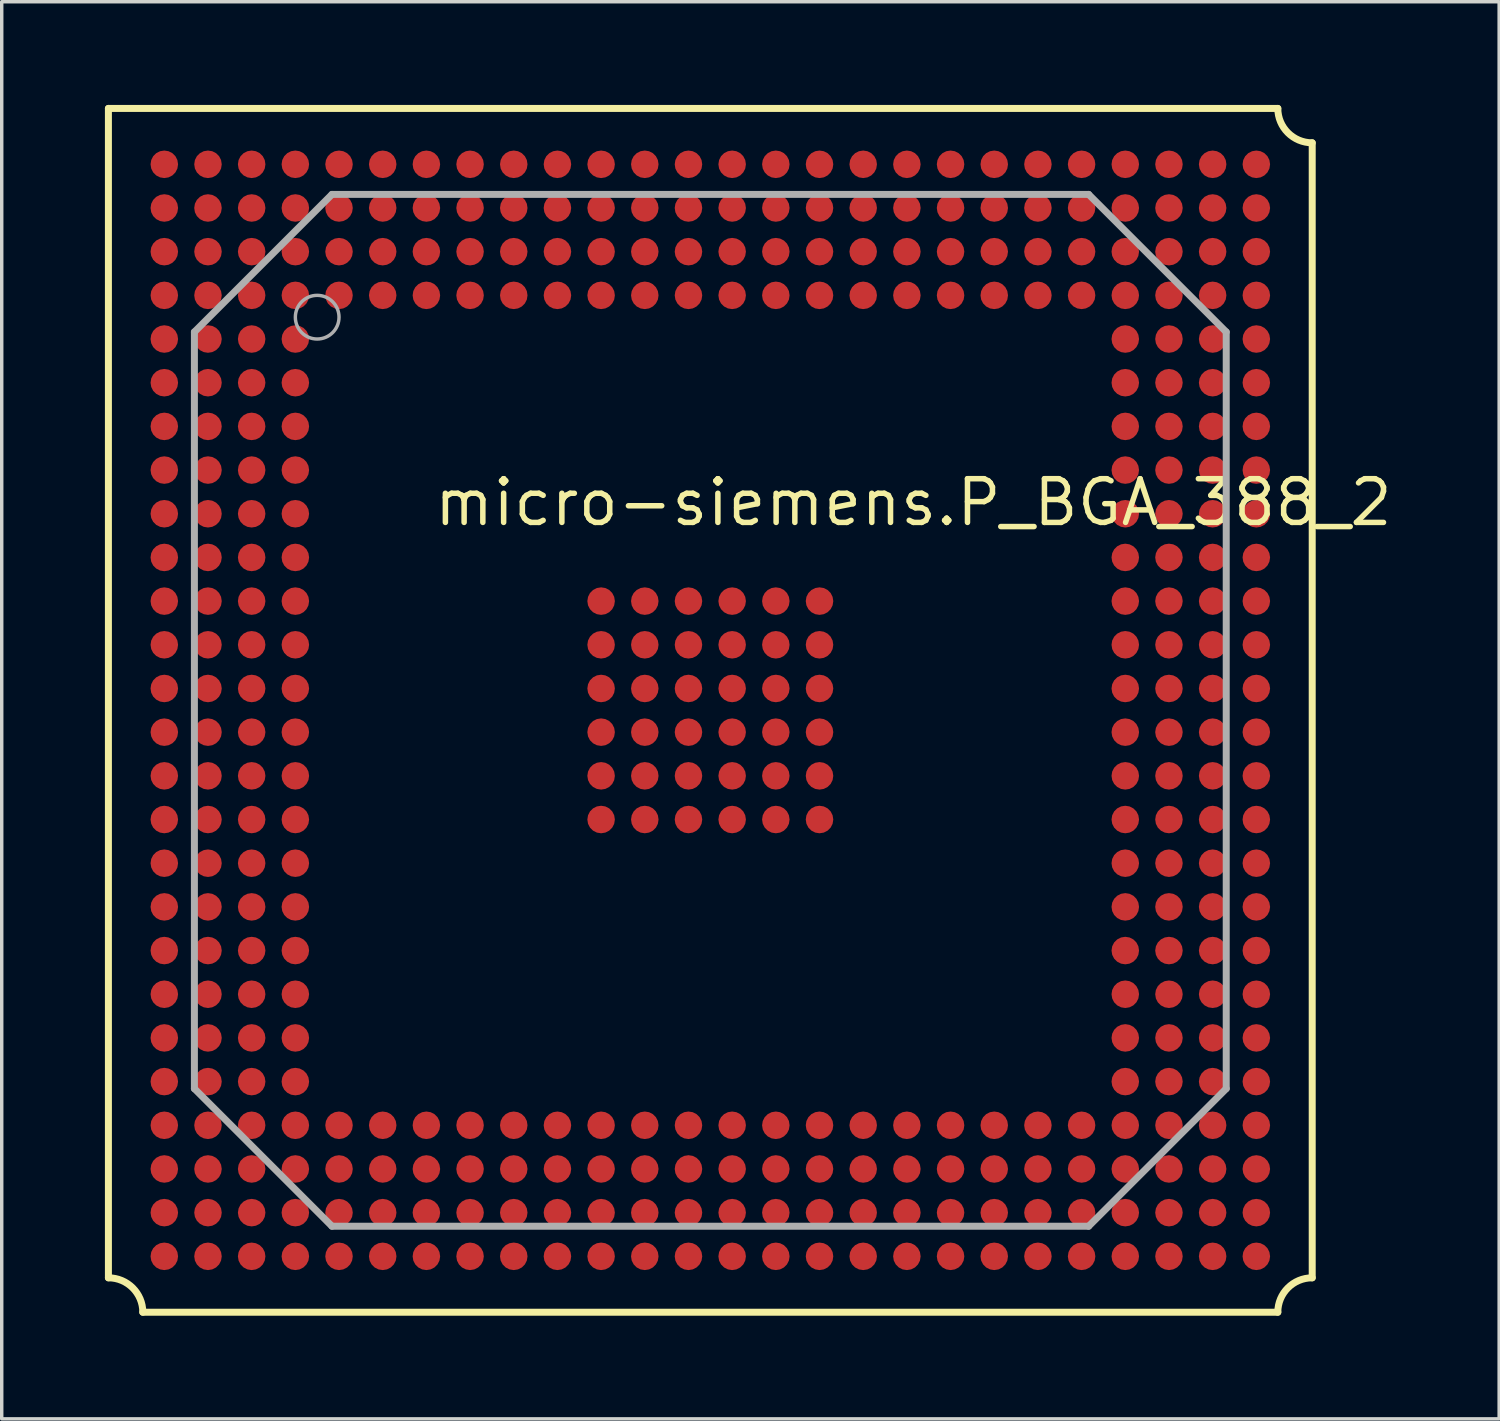
<source format=kicad_pcb>
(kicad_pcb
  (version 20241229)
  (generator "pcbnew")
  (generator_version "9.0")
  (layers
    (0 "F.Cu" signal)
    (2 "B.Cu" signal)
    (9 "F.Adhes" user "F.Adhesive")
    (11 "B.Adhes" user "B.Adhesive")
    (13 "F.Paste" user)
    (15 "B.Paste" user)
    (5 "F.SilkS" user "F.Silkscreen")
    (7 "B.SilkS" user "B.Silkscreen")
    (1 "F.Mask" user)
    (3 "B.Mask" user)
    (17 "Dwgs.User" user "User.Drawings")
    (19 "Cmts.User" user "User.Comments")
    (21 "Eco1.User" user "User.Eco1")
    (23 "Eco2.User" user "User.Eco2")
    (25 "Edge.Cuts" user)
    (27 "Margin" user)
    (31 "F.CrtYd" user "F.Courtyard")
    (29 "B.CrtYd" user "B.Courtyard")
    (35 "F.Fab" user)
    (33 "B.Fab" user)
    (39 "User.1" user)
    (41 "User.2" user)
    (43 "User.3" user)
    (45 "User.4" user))
  (footprint "micro-siemens.P_BGA_388_2"
    (layer "F.Cu")
    (at 17.602 17.602)
    (property "Reference" "micro-siemens.P_BGA_388_2" (at -8.11 -5.3 0) (layer "F.SilkS") (effects (font (size 1.27 1.27) (thickness 0.16)) (justify left bottom)))
    (attr smd)
    (fp_line (start -17.5 -17.5) (end 16.5 -17.5) (stroke (width 0.203) (type default)) (layer "F.SilkS"))
    (fp_line (start -17.5 16.5) (end -17.5 -17.5) (stroke (width 0.203) (type default)) (layer "F.SilkS"))
    (fp_line (start 16.5 17.5) (end -16.5 17.5) (stroke (width 0.203) (type default)) (layer "F.SilkS"))
    (fp_line (start 17.5 -16.5) (end 17.5 16.5) (stroke (width 0.203) (type default)) (layer "F.SilkS"))
    (fp_arc (start -17.5 16.5) (mid -16.792893 16.792893) (end -16.5 17.5) (stroke (width 0.2032) (type default)) (layer "F.SilkS"))
    (fp_arc (start 16.5 17.5) (mid 16.792893 16.792893) (end 17.5 16.5) (stroke (width 0.2032) (type default)) (layer "F.SilkS"))
    (fp_arc (start 17.5 -16.5) (mid 16.792893 -16.792893) (end 16.5 -17.5) (stroke (width 0.2032) (type default)) (layer "F.SilkS"))
    (fp_line (start -15 -11) (end -11 -15) (stroke (width 0.203) (type default)) (layer "F.Fab"))
    (fp_line (start -15 11) (end -15 -11) (stroke (width 0.203) (type default)) (layer "F.Fab"))
    (fp_line (start -11 -15) (end 11 -15) (stroke (width 0.203) (type default)) (layer "F.Fab"))
    (fp_line (start -11 15) (end -15 11) (stroke (width 0.203) (type default)) (layer "F.Fab"))
    (fp_line (start 11 -15) (end 15 -11) (stroke (width 0.203) (type default)) (layer "F.Fab"))
    (fp_line (start 11 15) (end -11 15) (stroke (width 0.203) (type default)) (layer "F.Fab"))
    (fp_line (start 15 -11) (end 15 11) (stroke (width 0.203) (type default)) (layer "F.Fab"))
    (fp_line (start 15 11) (end 11 15) (stroke (width 0.203) (type default)) (layer "F.Fab"))
    (fp_circle (center -11.43 -11.43) (end -10.795 -11.43) (stroke (width 0.1) (type default)) (fill no) (layer "F.Fab"))
    (pad "A1" smd roundrect (at -15.875 -15.875) (size 0.8 0.8) (layers "F.Cu" "F.Mask" "F.Paste") (roundrect_rratio 0.5))
    (pad "A2" smd roundrect (at -14.605 -15.875) (size 0.8 0.8) (layers "F.Cu" "F.Mask" "F.Paste") (roundrect_rratio 0.5))
    (pad "A3" smd roundrect (at -13.335 -15.875) (size 0.8 0.8) (layers "F.Cu" "F.Mask" "F.Paste") (roundrect_rratio 0.5))
    (pad "A4" smd roundrect (at -12.065 -15.875) (size 0.8 0.8) (layers "F.Cu" "F.Mask" "F.Paste") (roundrect_rratio 0.5))
    (pad "A5" smd roundrect (at -10.795 -15.875) (size 0.8 0.8) (layers "F.Cu" "F.Mask" "F.Paste") (roundrect_rratio 0.5))
    (pad "A6" smd roundrect (at -9.525 -15.875) (size 0.8 0.8) (layers "F.Cu" "F.Mask" "F.Paste") (roundrect_rratio 0.5))
    (pad "A7" smd roundrect (at -8.255 -15.875) (size 0.8 0.8) (layers "F.Cu" "F.Mask" "F.Paste") (roundrect_rratio 0.5))
    (pad "A8" smd roundrect (at -6.985 -15.875) (size 0.8 0.8) (layers "F.Cu" "F.Mask" "F.Paste") (roundrect_rratio 0.5))
    (pad "A9" smd roundrect (at -5.715 -15.875) (size 0.8 0.8) (layers "F.Cu" "F.Mask" "F.Paste") (roundrect_rratio 0.5))
    (pad "A10" smd roundrect (at -4.445 -15.875) (size 0.8 0.8) (layers "F.Cu" "F.Mask" "F.Paste") (roundrect_rratio 0.5))
    (pad "A11" smd roundrect (at -3.175 -15.875) (size 0.8 0.8) (layers "F.Cu" "F.Mask" "F.Paste") (roundrect_rratio 0.5))
    (pad "A12" smd roundrect (at -1.905 -15.875) (size 0.8 0.8) (layers "F.Cu" "F.Mask" "F.Paste") (roundrect_rratio 0.5))
    (pad "A13" smd roundrect (at -0.635 -15.875) (size 0.8 0.8) (layers "F.Cu" "F.Mask" "F.Paste") (roundrect_rratio 0.5))
    (pad "A14" smd roundrect (at 0.635 -15.875) (size 0.8 0.8) (layers "F.Cu" "F.Mask" "F.Paste") (roundrect_rratio 0.5))
    (pad "A15" smd roundrect (at 1.905 -15.875) (size 0.8 0.8) (layers "F.Cu" "F.Mask" "F.Paste") (roundrect_rratio 0.5))
    (pad "A16" smd roundrect (at 3.175 -15.875) (size 0.8 0.8) (layers "F.Cu" "F.Mask" "F.Paste") (roundrect_rratio 0.5))
    (pad "A17" smd roundrect (at 4.445 -15.875) (size 0.8 0.8) (layers "F.Cu" "F.Mask" "F.Paste") (roundrect_rratio 0.5))
    (pad "A18" smd roundrect (at 5.715 -15.875) (size 0.8 0.8) (layers "F.Cu" "F.Mask" "F.Paste") (roundrect_rratio 0.5))
    (pad "A19" smd roundrect (at 6.985 -15.875) (size 0.8 0.8) (layers "F.Cu" "F.Mask" "F.Paste") (roundrect_rratio 0.5))
    (pad "A20" smd roundrect (at 8.255 -15.875) (size 0.8 0.8) (layers "F.Cu" "F.Mask" "F.Paste") (roundrect_rratio 0.5))
    (pad "A21" smd roundrect (at 9.525 -15.875) (size 0.8 0.8) (layers "F.Cu" "F.Mask" "F.Paste") (roundrect_rratio 0.5))
    (pad "A22" smd roundrect (at 10.795 -15.875) (size 0.8 0.8) (layers "F.Cu" "F.Mask" "F.Paste") (roundrect_rratio 0.5))
    (pad "A23" smd roundrect (at 12.065 -15.875) (size 0.8 0.8) (layers "F.Cu" "F.Mask" "F.Paste") (roundrect_rratio 0.5))
    (pad "A24" smd roundrect (at 13.335 -15.875) (size 0.8 0.8) (layers "F.Cu" "F.Mask" "F.Paste") (roundrect_rratio 0.5))
    (pad "A25" smd roundrect (at 14.605 -15.875) (size 0.8 0.8) (layers "F.Cu" "F.Mask" "F.Paste") (roundrect_rratio 0.5))
    (pad "A26" smd roundrect (at 15.875 -15.875) (size 0.8 0.8) (layers "F.Cu" "F.Mask" "F.Paste") (roundrect_rratio 0.5))
    (pad "AA1" smd roundrect (at -15.875 9.525) (size 0.8 0.8) (layers "F.Cu" "F.Mask" "F.Paste") (roundrect_rratio 0.5))
    (pad "AA2" smd roundrect (at -14.605 9.525) (size 0.8 0.8) (layers "F.Cu" "F.Mask" "F.Paste") (roundrect_rratio 0.5))
    (pad "AA3" smd roundrect (at -13.335 9.525) (size 0.8 0.8) (layers "F.Cu" "F.Mask" "F.Paste") (roundrect_rratio 0.5))
    (pad "AA4" smd roundrect (at -12.065 9.525) (size 0.8 0.8) (layers "F.Cu" "F.Mask" "F.Paste") (roundrect_rratio 0.5))
    (pad "AA23" smd roundrect (at 12.065 9.525) (size 0.8 0.8) (layers "F.Cu" "F.Mask" "F.Paste") (roundrect_rratio 0.5))
    (pad "AA24" smd roundrect (at 13.335 9.525) (size 0.8 0.8) (layers "F.Cu" "F.Mask" "F.Paste") (roundrect_rratio 0.5))
    (pad "AA25" smd roundrect (at 14.605 9.525) (size 0.8 0.8) (layers "F.Cu" "F.Mask" "F.Paste") (roundrect_rratio 0.5))
    (pad "AA26" smd roundrect (at 15.875 9.525) (size 0.8 0.8) (layers "F.Cu" "F.Mask" "F.Paste") (roundrect_rratio 0.5))
    (pad "AB1" smd roundrect (at -15.875 10.795) (size 0.8 0.8) (layers "F.Cu" "F.Mask" "F.Paste") (roundrect_rratio 0.5))
    (pad "AB2" smd roundrect (at -14.605 10.795) (size 0.8 0.8) (layers "F.Cu" "F.Mask" "F.Paste") (roundrect_rratio 0.5))
    (pad "AB3" smd roundrect (at -13.335 10.795) (size 0.8 0.8) (layers "F.Cu" "F.Mask" "F.Paste") (roundrect_rratio 0.5))
    (pad "AB4" smd roundrect (at -12.065 10.795) (size 0.8 0.8) (layers "F.Cu" "F.Mask" "F.Paste") (roundrect_rratio 0.5))
    (pad "AB23" smd roundrect (at 12.065 10.795) (size 0.8 0.8) (layers "F.Cu" "F.Mask" "F.Paste") (roundrect_rratio 0.5))
    (pad "AB24" smd roundrect (at 13.335 10.795) (size 0.8 0.8) (layers "F.Cu" "F.Mask" "F.Paste") (roundrect_rratio 0.5))
    (pad "AB25" smd roundrect (at 14.605 10.795) (size 0.8 0.8) (layers "F.Cu" "F.Mask" "F.Paste") (roundrect_rratio 0.5))
    (pad "AB26" smd roundrect (at 15.875 10.795) (size 0.8 0.8) (layers "F.Cu" "F.Mask" "F.Paste") (roundrect_rratio 0.5))
    (pad "AC1" smd roundrect (at -15.875 12.065) (size 0.8 0.8) (layers "F.Cu" "F.Mask" "F.Paste") (roundrect_rratio 0.5))
    (pad "AC2" smd roundrect (at -14.605 12.065) (size 0.8 0.8) (layers "F.Cu" "F.Mask" "F.Paste") (roundrect_rratio 0.5))
    (pad "AC3" smd roundrect (at -13.335 12.065) (size 0.8 0.8) (layers "F.Cu" "F.Mask" "F.Paste") (roundrect_rratio 0.5))
    (pad "AC4" smd roundrect (at -12.065 12.065) (size 0.8 0.8) (layers "F.Cu" "F.Mask" "F.Paste") (roundrect_rratio 0.5))
    (pad "AC5" smd roundrect (at -10.795 12.065) (size 0.8 0.8) (layers "F.Cu" "F.Mask" "F.Paste") (roundrect_rratio 0.5))
    (pad "AC6" smd roundrect (at -9.525 12.065) (size 0.8 0.8) (layers "F.Cu" "F.Mask" "F.Paste") (roundrect_rratio 0.5))
    (pad "AC7" smd roundrect (at -8.255 12.065) (size 0.8 0.8) (layers "F.Cu" "F.Mask" "F.Paste") (roundrect_rratio 0.5))
    (pad "AC8" smd roundrect (at -6.985 12.065) (size 0.8 0.8) (layers "F.Cu" "F.Mask" "F.Paste") (roundrect_rratio 0.5))
    (pad "AC9" smd roundrect (at -5.715 12.065) (size 0.8 0.8) (layers "F.Cu" "F.Mask" "F.Paste") (roundrect_rratio 0.5))
    (pad "AC10" smd roundrect (at -4.445 12.065) (size 0.8 0.8) (layers "F.Cu" "F.Mask" "F.Paste") (roundrect_rratio 0.5))
    (pad "AC11" smd roundrect (at -3.175 12.065) (size 0.8 0.8) (layers "F.Cu" "F.Mask" "F.Paste") (roundrect_rratio 0.5))
    (pad "AC12" smd roundrect (at -1.905 12.065) (size 0.8 0.8) (layers "F.Cu" "F.Mask" "F.Paste") (roundrect_rratio 0.5))
    (pad "AC13" smd roundrect (at -0.635 12.065) (size 0.8 0.8) (layers "F.Cu" "F.Mask" "F.Paste") (roundrect_rratio 0.5))
    (pad "AC14" smd roundrect (at 0.635 12.065) (size 0.8 0.8) (layers "F.Cu" "F.Mask" "F.Paste") (roundrect_rratio 0.5))
    (pad "AC15" smd roundrect (at 1.905 12.065) (size 0.8 0.8) (layers "F.Cu" "F.Mask" "F.Paste") (roundrect_rratio 0.5))
    (pad "AC16" smd roundrect (at 3.175 12.065) (size 0.8 0.8) (layers "F.Cu" "F.Mask" "F.Paste") (roundrect_rratio 0.5))
    (pad "AC17" smd roundrect (at 4.445 12.065) (size 0.8 0.8) (layers "F.Cu" "F.Mask" "F.Paste") (roundrect_rratio 0.5))
    (pad "AC18" smd roundrect (at 5.715 12.065) (size 0.8 0.8) (layers "F.Cu" "F.Mask" "F.Paste") (roundrect_rratio 0.5))
    (pad "AC19" smd roundrect (at 6.985 12.065) (size 0.8 0.8) (layers "F.Cu" "F.Mask" "F.Paste") (roundrect_rratio 0.5))
    (pad "AC20" smd roundrect (at 8.255 12.065) (size 0.8 0.8) (layers "F.Cu" "F.Mask" "F.Paste") (roundrect_rratio 0.5))
    (pad "AC21" smd roundrect (at 9.525 12.065) (size 0.8 0.8) (layers "F.Cu" "F.Mask" "F.Paste") (roundrect_rratio 0.5))
    (pad "AC22" smd roundrect (at 10.795 12.065) (size 0.8 0.8) (layers "F.Cu" "F.Mask" "F.Paste") (roundrect_rratio 0.5))
    (pad "AC23" smd roundrect (at 12.065 12.065) (size 0.8 0.8) (layers "F.Cu" "F.Mask" "F.Paste") (roundrect_rratio 0.5))
    (pad "AC24" smd roundrect (at 13.335 12.065) (size 0.8 0.8) (layers "F.Cu" "F.Mask" "F.Paste") (roundrect_rratio 0.5))
    (pad "AC25" smd roundrect (at 14.605 12.065) (size 0.8 0.8) (layers "F.Cu" "F.Mask" "F.Paste") (roundrect_rratio 0.5))
    (pad "AC26" smd roundrect (at 15.875 12.065) (size 0.8 0.8) (layers "F.Cu" "F.Mask" "F.Paste") (roundrect_rratio 0.5))
    (pad "AD1" smd roundrect (at -15.875 13.335) (size 0.8 0.8) (layers "F.Cu" "F.Mask" "F.Paste") (roundrect_rratio 0.5))
    (pad "AD2" smd roundrect (at -14.605 13.335) (size 0.8 0.8) (layers "F.Cu" "F.Mask" "F.Paste") (roundrect_rratio 0.5))
    (pad "AD3" smd roundrect (at -13.335 13.335) (size 0.8 0.8) (layers "F.Cu" "F.Mask" "F.Paste") (roundrect_rratio 0.5))
    (pad "AD4" smd roundrect (at -12.065 13.335) (size 0.8 0.8) (layers "F.Cu" "F.Mask" "F.Paste") (roundrect_rratio 0.5))
    (pad "AD5" smd roundrect (at -10.795 13.335) (size 0.8 0.8) (layers "F.Cu" "F.Mask" "F.Paste") (roundrect_rratio 0.5))
    (pad "AD6" smd roundrect (at -9.525 13.335) (size 0.8 0.8) (layers "F.Cu" "F.Mask" "F.Paste") (roundrect_rratio 0.5))
    (pad "AD7" smd roundrect (at -8.255 13.335) (size 0.8 0.8) (layers "F.Cu" "F.Mask" "F.Paste") (roundrect_rratio 0.5))
    (pad "AD8" smd roundrect (at -6.985 13.335) (size 0.8 0.8) (layers "F.Cu" "F.Mask" "F.Paste") (roundrect_rratio 0.5))
    (pad "AD9" smd roundrect (at -5.715 13.335) (size 0.8 0.8) (layers "F.Cu" "F.Mask" "F.Paste") (roundrect_rratio 0.5))
    (pad "AD10" smd roundrect (at -4.445 13.335) (size 0.8 0.8) (layers "F.Cu" "F.Mask" "F.Paste") (roundrect_rratio 0.5))
    (pad "AD11" smd roundrect (at -3.175 13.335) (size 0.8 0.8) (layers "F.Cu" "F.Mask" "F.Paste") (roundrect_rratio 0.5))
    (pad "AD12" smd roundrect (at -1.905 13.335) (size 0.8 0.8) (layers "F.Cu" "F.Mask" "F.Paste") (roundrect_rratio 0.5))
    (pad "AD13" smd roundrect (at -0.635 13.335) (size 0.8 0.8) (layers "F.Cu" "F.Mask" "F.Paste") (roundrect_rratio 0.5))
    (pad "AD14" smd roundrect (at 0.635 13.335) (size 0.8 0.8) (layers "F.Cu" "F.Mask" "F.Paste") (roundrect_rratio 0.5))
    (pad "AD15" smd roundrect (at 1.905 13.335) (size 0.8 0.8) (layers "F.Cu" "F.Mask" "F.Paste") (roundrect_rratio 0.5))
    (pad "AD16" smd roundrect (at 3.175 13.335) (size 0.8 0.8) (layers "F.Cu" "F.Mask" "F.Paste") (roundrect_rratio 0.5))
    (pad "AD17" smd roundrect (at 4.445 13.335) (size 0.8 0.8) (layers "F.Cu" "F.Mask" "F.Paste") (roundrect_rratio 0.5))
    (pad "AD18" smd roundrect (at 5.715 13.335) (size 0.8 0.8) (layers "F.Cu" "F.Mask" "F.Paste") (roundrect_rratio 0.5))
    (pad "AD19" smd roundrect (at 6.985 13.335) (size 0.8 0.8) (layers "F.Cu" "F.Mask" "F.Paste") (roundrect_rratio 0.5))
    (pad "AD20" smd roundrect (at 8.255 13.335) (size 0.8 0.8) (layers "F.Cu" "F.Mask" "F.Paste") (roundrect_rratio 0.5))
    (pad "AD21" smd roundrect (at 9.525 13.335) (size 0.8 0.8) (layers "F.Cu" "F.Mask" "F.Paste") (roundrect_rratio 0.5))
    (pad "AD22" smd roundrect (at 10.795 13.335) (size 0.8 0.8) (layers "F.Cu" "F.Mask" "F.Paste") (roundrect_rratio 0.5))
    (pad "AD23" smd roundrect (at 12.065 13.335) (size 0.8 0.8) (layers "F.Cu" "F.Mask" "F.Paste") (roundrect_rratio 0.5))
    (pad "AD24" smd roundrect (at 13.335 13.335) (size 0.8 0.8) (layers "F.Cu" "F.Mask" "F.Paste") (roundrect_rratio 0.5))
    (pad "AD25" smd roundrect (at 14.605 13.335) (size 0.8 0.8) (layers "F.Cu" "F.Mask" "F.Paste") (roundrect_rratio 0.5))
    (pad "AD26" smd roundrect (at 15.875 13.335) (size 0.8 0.8) (layers "F.Cu" "F.Mask" "F.Paste") (roundrect_rratio 0.5))
    (pad "AE1" smd roundrect (at -15.875 14.605) (size 0.8 0.8) (layers "F.Cu" "F.Mask" "F.Paste") (roundrect_rratio 0.5))
    (pad "AE2" smd roundrect (at -14.605 14.605) (size 0.8 0.8) (layers "F.Cu" "F.Mask" "F.Paste") (roundrect_rratio 0.5))
    (pad "AE3" smd roundrect (at -13.335 14.605) (size 0.8 0.8) (layers "F.Cu" "F.Mask" "F.Paste") (roundrect_rratio 0.5))
    (pad "AE4" smd roundrect (at -12.065 14.605) (size 0.8 0.8) (layers "F.Cu" "F.Mask" "F.Paste") (roundrect_rratio 0.5))
    (pad "AE5" smd roundrect (at -10.795 14.605) (size 0.8 0.8) (layers "F.Cu" "F.Mask" "F.Paste") (roundrect_rratio 0.5))
    (pad "AE6" smd roundrect (at -9.525 14.605) (size 0.8 0.8) (layers "F.Cu" "F.Mask" "F.Paste") (roundrect_rratio 0.5))
    (pad "AE7" smd roundrect (at -8.255 14.605) (size 0.8 0.8) (layers "F.Cu" "F.Mask" "F.Paste") (roundrect_rratio 0.5))
    (pad "AE8" smd roundrect (at -6.985 14.605) (size 0.8 0.8) (layers "F.Cu" "F.Mask" "F.Paste") (roundrect_rratio 0.5))
    (pad "AE9" smd roundrect (at -5.715 14.605) (size 0.8 0.8) (layers "F.Cu" "F.Mask" "F.Paste") (roundrect_rratio 0.5))
    (pad "AE10" smd roundrect (at -4.445 14.605) (size 0.8 0.8) (layers "F.Cu" "F.Mask" "F.Paste") (roundrect_rratio 0.5))
    (pad "AE11" smd roundrect (at -3.175 14.605) (size 0.8 0.8) (layers "F.Cu" "F.Mask" "F.Paste") (roundrect_rratio 0.5))
    (pad "AE12" smd roundrect (at -1.905 14.605) (size 0.8 0.8) (layers "F.Cu" "F.Mask" "F.Paste") (roundrect_rratio 0.5))
    (pad "AE13" smd roundrect (at -0.635 14.605) (size 0.8 0.8) (layers "F.Cu" "F.Mask" "F.Paste") (roundrect_rratio 0.5))
    (pad "AE14" smd roundrect (at 0.635 14.605) (size 0.8 0.8) (layers "F.Cu" "F.Mask" "F.Paste") (roundrect_rratio 0.5))
    (pad "AE15" smd roundrect (at 1.905 14.605) (size 0.8 0.8) (layers "F.Cu" "F.Mask" "F.Paste") (roundrect_rratio 0.5))
    (pad "AE16" smd roundrect (at 3.175 14.605) (size 0.8 0.8) (layers "F.Cu" "F.Mask" "F.Paste") (roundrect_rratio 0.5))
    (pad "AE17" smd roundrect (at 4.445 14.605) (size 0.8 0.8) (layers "F.Cu" "F.Mask" "F.Paste") (roundrect_rratio 0.5))
    (pad "AE18" smd roundrect (at 5.715 14.605) (size 0.8 0.8) (layers "F.Cu" "F.Mask" "F.Paste") (roundrect_rratio 0.5))
    (pad "AE19" smd roundrect (at 6.985 14.605) (size 0.8 0.8) (layers "F.Cu" "F.Mask" "F.Paste") (roundrect_rratio 0.5))
    (pad "AE20" smd roundrect (at 8.255 14.605) (size 0.8 0.8) (layers "F.Cu" "F.Mask" "F.Paste") (roundrect_rratio 0.5))
    (pad "AE21" smd roundrect (at 9.525 14.605) (size 0.8 0.8) (layers "F.Cu" "F.Mask" "F.Paste") (roundrect_rratio 0.5))
    (pad "AE22" smd roundrect (at 10.795 14.605) (size 0.8 0.8) (layers "F.Cu" "F.Mask" "F.Paste") (roundrect_rratio 0.5))
    (pad "AE23" smd roundrect (at 12.065 14.605) (size 0.8 0.8) (layers "F.Cu" "F.Mask" "F.Paste") (roundrect_rratio 0.5))
    (pad "AE24" smd roundrect (at 13.335 14.605) (size 0.8 0.8) (layers "F.Cu" "F.Mask" "F.Paste") (roundrect_rratio 0.5))
    (pad "AE25" smd roundrect (at 14.605 14.605) (size 0.8 0.8) (layers "F.Cu" "F.Mask" "F.Paste") (roundrect_rratio 0.5))
    (pad "AE26" smd roundrect (at 15.875 14.605) (size 0.8 0.8) (layers "F.Cu" "F.Mask" "F.Paste") (roundrect_rratio 0.5))
    (pad "AF1" smd roundrect (at -15.875 15.875) (size 0.8 0.8) (layers "F.Cu" "F.Mask" "F.Paste") (roundrect_rratio 0.5))
    (pad "AF2" smd roundrect (at -14.605 15.875) (size 0.8 0.8) (layers "F.Cu" "F.Mask" "F.Paste") (roundrect_rratio 0.5))
    (pad "AF3" smd roundrect (at -13.335 15.875) (size 0.8 0.8) (layers "F.Cu" "F.Mask" "F.Paste") (roundrect_rratio 0.5))
    (pad "AF4" smd roundrect (at -12.065 15.875) (size 0.8 0.8) (layers "F.Cu" "F.Mask" "F.Paste") (roundrect_rratio 0.5))
    (pad "AF5" smd roundrect (at -10.795 15.875) (size 0.8 0.8) (layers "F.Cu" "F.Mask" "F.Paste") (roundrect_rratio 0.5))
    (pad "AF6" smd roundrect (at -9.525 15.875) (size 0.8 0.8) (layers "F.Cu" "F.Mask" "F.Paste") (roundrect_rratio 0.5))
    (pad "AF7" smd roundrect (at -8.255 15.875) (size 0.8 0.8) (layers "F.Cu" "F.Mask" "F.Paste") (roundrect_rratio 0.5))
    (pad "AF8" smd roundrect (at -6.985 15.875) (size 0.8 0.8) (layers "F.Cu" "F.Mask" "F.Paste") (roundrect_rratio 0.5))
    (pad "AF9" smd roundrect (at -5.715 15.875) (size 0.8 0.8) (layers "F.Cu" "F.Mask" "F.Paste") (roundrect_rratio 0.5))
    (pad "AF10" smd roundrect (at -4.445 15.875) (size 0.8 0.8) (layers "F.Cu" "F.Mask" "F.Paste") (roundrect_rratio 0.5))
    (pad "AF11" smd roundrect (at -3.175 15.875) (size 0.8 0.8) (layers "F.Cu" "F.Mask" "F.Paste") (roundrect_rratio 0.5))
    (pad "AF12" smd roundrect (at -1.905 15.875) (size 0.8 0.8) (layers "F.Cu" "F.Mask" "F.Paste") (roundrect_rratio 0.5))
    (pad "AF13" smd roundrect (at -0.635 15.875) (size 0.8 0.8) (layers "F.Cu" "F.Mask" "F.Paste") (roundrect_rratio 0.5))
    (pad "AF14" smd roundrect (at 0.635 15.875) (size 0.8 0.8) (layers "F.Cu" "F.Mask" "F.Paste") (roundrect_rratio 0.5))
    (pad "AF15" smd roundrect (at 1.905 15.875) (size 0.8 0.8) (layers "F.Cu" "F.Mask" "F.Paste") (roundrect_rratio 0.5))
    (pad "AF16" smd roundrect (at 3.175 15.875) (size 0.8 0.8) (layers "F.Cu" "F.Mask" "F.Paste") (roundrect_rratio 0.5))
    (pad "AF17" smd roundrect (at 4.445 15.875) (size 0.8 0.8) (layers "F.Cu" "F.Mask" "F.Paste") (roundrect_rratio 0.5))
    (pad "AF18" smd roundrect (at 5.715 15.875) (size 0.8 0.8) (layers "F.Cu" "F.Mask" "F.Paste") (roundrect_rratio 0.5))
    (pad "AF19" smd roundrect (at 6.985 15.875) (size 0.8 0.8) (layers "F.Cu" "F.Mask" "F.Paste") (roundrect_rratio 0.5))
    (pad "AF20" smd roundrect (at 8.255 15.875) (size 0.8 0.8) (layers "F.Cu" "F.Mask" "F.Paste") (roundrect_rratio 0.5))
    (pad "AF21" smd roundrect (at 9.525 15.875) (size 0.8 0.8) (layers "F.Cu" "F.Mask" "F.Paste") (roundrect_rratio 0.5))
    (pad "AF22" smd roundrect (at 10.795 15.875) (size 0.8 0.8) (layers "F.Cu" "F.Mask" "F.Paste") (roundrect_rratio 0.5))
    (pad "AF23" smd roundrect (at 12.065 15.875) (size 0.8 0.8) (layers "F.Cu" "F.Mask" "F.Paste") (roundrect_rratio 0.5))
    (pad "AF24" smd roundrect (at 13.335 15.875) (size 0.8 0.8) (layers "F.Cu" "F.Mask" "F.Paste") (roundrect_rratio 0.5))
    (pad "AF25" smd roundrect (at 14.605 15.875) (size 0.8 0.8) (layers "F.Cu" "F.Mask" "F.Paste") (roundrect_rratio 0.5))
    (pad "AF26" smd roundrect (at 15.875 15.875) (size 0.8 0.8) (layers "F.Cu" "F.Mask" "F.Paste") (roundrect_rratio 0.5))
    (pad "B1" smd roundrect (at -15.875 -14.605) (size 0.8 0.8) (layers "F.Cu" "F.Mask" "F.Paste") (roundrect_rratio 0.5))
    (pad "B2" smd roundrect (at -14.605 -14.605) (size 0.8 0.8) (layers "F.Cu" "F.Mask" "F.Paste") (roundrect_rratio 0.5))
    (pad "B3" smd roundrect (at -13.335 -14.605) (size 0.8 0.8) (layers "F.Cu" "F.Mask" "F.Paste") (roundrect_rratio 0.5))
    (pad "B4" smd roundrect (at -12.065 -14.605) (size 0.8 0.8) (layers "F.Cu" "F.Mask" "F.Paste") (roundrect_rratio 0.5))
    (pad "B5" smd roundrect (at -10.795 -14.605) (size 0.8 0.8) (layers "F.Cu" "F.Mask" "F.Paste") (roundrect_rratio 0.5))
    (pad "B6" smd roundrect (at -9.525 -14.605) (size 0.8 0.8) (layers "F.Cu" "F.Mask" "F.Paste") (roundrect_rratio 0.5))
    (pad "B7" smd roundrect (at -8.255 -14.605) (size 0.8 0.8) (layers "F.Cu" "F.Mask" "F.Paste") (roundrect_rratio 0.5))
    (pad "B8" smd roundrect (at -6.985 -14.605) (size 0.8 0.8) (layers "F.Cu" "F.Mask" "F.Paste") (roundrect_rratio 0.5))
    (pad "B9" smd roundrect (at -5.715 -14.605) (size 0.8 0.8) (layers "F.Cu" "F.Mask" "F.Paste") (roundrect_rratio 0.5))
    (pad "B10" smd roundrect (at -4.445 -14.605) (size 0.8 0.8) (layers "F.Cu" "F.Mask" "F.Paste") (roundrect_rratio 0.5))
    (pad "B11" smd roundrect (at -3.175 -14.605) (size 0.8 0.8) (layers "F.Cu" "F.Mask" "F.Paste") (roundrect_rratio 0.5))
    (pad "B12" smd roundrect (at -1.905 -14.605) (size 0.8 0.8) (layers "F.Cu" "F.Mask" "F.Paste") (roundrect_rratio 0.5))
    (pad "B13" smd roundrect (at -0.635 -14.605) (size 0.8 0.8) (layers "F.Cu" "F.Mask" "F.Paste") (roundrect_rratio 0.5))
    (pad "B14" smd roundrect (at 0.635 -14.605) (size 0.8 0.8) (layers "F.Cu" "F.Mask" "F.Paste") (roundrect_rratio 0.5))
    (pad "B15" smd roundrect (at 1.905 -14.605) (size 0.8 0.8) (layers "F.Cu" "F.Mask" "F.Paste") (roundrect_rratio 0.5))
    (pad "B16" smd roundrect (at 3.175 -14.605) (size 0.8 0.8) (layers "F.Cu" "F.Mask" "F.Paste") (roundrect_rratio 0.5))
    (pad "B17" smd roundrect (at 4.445 -14.605) (size 0.8 0.8) (layers "F.Cu" "F.Mask" "F.Paste") (roundrect_rratio 0.5))
    (pad "B18" smd roundrect (at 5.715 -14.605) (size 0.8 0.8) (layers "F.Cu" "F.Mask" "F.Paste") (roundrect_rratio 0.5))
    (pad "B19" smd roundrect (at 6.985 -14.605) (size 0.8 0.8) (layers "F.Cu" "F.Mask" "F.Paste") (roundrect_rratio 0.5))
    (pad "B20" smd roundrect (at 8.255 -14.605) (size 0.8 0.8) (layers "F.Cu" "F.Mask" "F.Paste") (roundrect_rratio 0.5))
    (pad "B21" smd roundrect (at 9.525 -14.605) (size 0.8 0.8) (layers "F.Cu" "F.Mask" "F.Paste") (roundrect_rratio 0.5))
    (pad "B22" smd roundrect (at 10.795 -14.605) (size 0.8 0.8) (layers "F.Cu" "F.Mask" "F.Paste") (roundrect_rratio 0.5))
    (pad "B23" smd roundrect (at 12.065 -14.605) (size 0.8 0.8) (layers "F.Cu" "F.Mask" "F.Paste") (roundrect_rratio 0.5))
    (pad "B24" smd roundrect (at 13.335 -14.605) (size 0.8 0.8) (layers "F.Cu" "F.Mask" "F.Paste") (roundrect_rratio 0.5))
    (pad "B25" smd roundrect (at 14.605 -14.605) (size 0.8 0.8) (layers "F.Cu" "F.Mask" "F.Paste") (roundrect_rratio 0.5))
    (pad "B26" smd roundrect (at 15.875 -14.605) (size 0.8 0.8) (layers "F.Cu" "F.Mask" "F.Paste") (roundrect_rratio 0.5))
    (pad "C1" smd roundrect (at -15.875 -13.335) (size 0.8 0.8) (layers "F.Cu" "F.Mask" "F.Paste") (roundrect_rratio 0.5))
    (pad "C2" smd roundrect (at -14.605 -13.335) (size 0.8 0.8) (layers "F.Cu" "F.Mask" "F.Paste") (roundrect_rratio 0.5))
    (pad "C3" smd roundrect (at -13.335 -13.335) (size 0.8 0.8) (layers "F.Cu" "F.Mask" "F.Paste") (roundrect_rratio 0.5))
    (pad "C4" smd roundrect (at -12.065 -13.335) (size 0.8 0.8) (layers "F.Cu" "F.Mask" "F.Paste") (roundrect_rratio 0.5))
    (pad "C5" smd roundrect (at -10.795 -13.335) (size 0.8 0.8) (layers "F.Cu" "F.Mask" "F.Paste") (roundrect_rratio 0.5))
    (pad "C6" smd roundrect (at -9.525 -13.335) (size 0.8 0.8) (layers "F.Cu" "F.Mask" "F.Paste") (roundrect_rratio 0.5))
    (pad "C7" smd roundrect (at -8.255 -13.335) (size 0.8 0.8) (layers "F.Cu" "F.Mask" "F.Paste") (roundrect_rratio 0.5))
    (pad "C8" smd roundrect (at -6.985 -13.335) (size 0.8 0.8) (layers "F.Cu" "F.Mask" "F.Paste") (roundrect_rratio 0.5))
    (pad "C9" smd roundrect (at -5.715 -13.335) (size 0.8 0.8) (layers "F.Cu" "F.Mask" "F.Paste") (roundrect_rratio 0.5))
    (pad "C10" smd roundrect (at -4.445 -13.335) (size 0.8 0.8) (layers "F.Cu" "F.Mask" "F.Paste") (roundrect_rratio 0.5))
    (pad "C11" smd roundrect (at -3.175 -13.335) (size 0.8 0.8) (layers "F.Cu" "F.Mask" "F.Paste") (roundrect_rratio 0.5))
    (pad "C12" smd roundrect (at -1.905 -13.335) (size 0.8 0.8) (layers "F.Cu" "F.Mask" "F.Paste") (roundrect_rratio 0.5))
    (pad "C13" smd roundrect (at -0.635 -13.335) (size 0.8 0.8) (layers "F.Cu" "F.Mask" "F.Paste") (roundrect_rratio 0.5))
    (pad "C14" smd roundrect (at 0.635 -13.335) (size 0.8 0.8) (layers "F.Cu" "F.Mask" "F.Paste") (roundrect_rratio 0.5))
    (pad "C15" smd roundrect (at 1.905 -13.335) (size 0.8 0.8) (layers "F.Cu" "F.Mask" "F.Paste") (roundrect_rratio 0.5))
    (pad "C16" smd roundrect (at 3.175 -13.335) (size 0.8 0.8) (layers "F.Cu" "F.Mask" "F.Paste") (roundrect_rratio 0.5))
    (pad "C17" smd roundrect (at 4.445 -13.335) (size 0.8 0.8) (layers "F.Cu" "F.Mask" "F.Paste") (roundrect_rratio 0.5))
    (pad "C18" smd roundrect (at 5.715 -13.335) (size 0.8 0.8) (layers "F.Cu" "F.Mask" "F.Paste") (roundrect_rratio 0.5))
    (pad "C19" smd roundrect (at 6.985 -13.335) (size 0.8 0.8) (layers "F.Cu" "F.Mask" "F.Paste") (roundrect_rratio 0.5))
    (pad "C20" smd roundrect (at 8.255 -13.335) (size 0.8 0.8) (layers "F.Cu" "F.Mask" "F.Paste") (roundrect_rratio 0.5))
    (pad "C21" smd roundrect (at 9.525 -13.335) (size 0.8 0.8) (layers "F.Cu" "F.Mask" "F.Paste") (roundrect_rratio 0.5))
    (pad "C22" smd roundrect (at 10.795 -13.335) (size 0.8 0.8) (layers "F.Cu" "F.Mask" "F.Paste") (roundrect_rratio 0.5))
    (pad "C23" smd roundrect (at 12.065 -13.335) (size 0.8 0.8) (layers "F.Cu" "F.Mask" "F.Paste") (roundrect_rratio 0.5))
    (pad "C24" smd roundrect (at 13.335 -13.335) (size 0.8 0.8) (layers "F.Cu" "F.Mask" "F.Paste") (roundrect_rratio 0.5))
    (pad "C25" smd roundrect (at 14.605 -13.335) (size 0.8 0.8) (layers "F.Cu" "F.Mask" "F.Paste") (roundrect_rratio 0.5))
    (pad "C26" smd roundrect (at 15.875 -13.335) (size 0.8 0.8) (layers "F.Cu" "F.Mask" "F.Paste") (roundrect_rratio 0.5))
    (pad "D1" smd roundrect (at -15.875 -12.065) (size 0.8 0.8) (layers "F.Cu" "F.Mask" "F.Paste") (roundrect_rratio 0.5))
    (pad "D2" smd roundrect (at -14.605 -12.065) (size 0.8 0.8) (layers "F.Cu" "F.Mask" "F.Paste") (roundrect_rratio 0.5))
    (pad "D3" smd roundrect (at -13.335 -12.065) (size 0.8 0.8) (layers "F.Cu" "F.Mask" "F.Paste") (roundrect_rratio 0.5))
    (pad "D4" smd roundrect (at -12.065 -12.065) (size 0.8 0.8) (layers "F.Cu" "F.Mask" "F.Paste") (roundrect_rratio 0.5))
    (pad "D5" smd roundrect (at -10.795 -12.065) (size 0.8 0.8) (layers "F.Cu" "F.Mask" "F.Paste") (roundrect_rratio 0.5))
    (pad "D6" smd roundrect (at -9.525 -12.065) (size 0.8 0.8) (layers "F.Cu" "F.Mask" "F.Paste") (roundrect_rratio 0.5))
    (pad "D7" smd roundrect (at -8.255 -12.065) (size 0.8 0.8) (layers "F.Cu" "F.Mask" "F.Paste") (roundrect_rratio 0.5))
    (pad "D8" smd roundrect (at -6.985 -12.065) (size 0.8 0.8) (layers "F.Cu" "F.Mask" "F.Paste") (roundrect_rratio 0.5))
    (pad "D9" smd roundrect (at -5.715 -12.065) (size 0.8 0.8) (layers "F.Cu" "F.Mask" "F.Paste") (roundrect_rratio 0.5))
    (pad "D10" smd roundrect (at -4.445 -12.065) (size 0.8 0.8) (layers "F.Cu" "F.Mask" "F.Paste") (roundrect_rratio 0.5))
    (pad "D11" smd roundrect (at -3.175 -12.065) (size 0.8 0.8) (layers "F.Cu" "F.Mask" "F.Paste") (roundrect_rratio 0.5))
    (pad "D12" smd roundrect (at -1.905 -12.065) (size 0.8 0.8) (layers "F.Cu" "F.Mask" "F.Paste") (roundrect_rratio 0.5))
    (pad "D13" smd roundrect (at -0.635 -12.065) (size 0.8 0.8) (layers "F.Cu" "F.Mask" "F.Paste") (roundrect_rratio 0.5))
    (pad "D14" smd roundrect (at 0.635 -12.065) (size 0.8 0.8) (layers "F.Cu" "F.Mask" "F.Paste") (roundrect_rratio 0.5))
    (pad "D15" smd roundrect (at 1.905 -12.065) (size 0.8 0.8) (layers "F.Cu" "F.Mask" "F.Paste") (roundrect_rratio 0.5))
    (pad "D16" smd roundrect (at 3.175 -12.065) (size 0.8 0.8) (layers "F.Cu" "F.Mask" "F.Paste") (roundrect_rratio 0.5))
    (pad "D17" smd roundrect (at 4.445 -12.065) (size 0.8 0.8) (layers "F.Cu" "F.Mask" "F.Paste") (roundrect_rratio 0.5))
    (pad "D18" smd roundrect (at 5.715 -12.065) (size 0.8 0.8) (layers "F.Cu" "F.Mask" "F.Paste") (roundrect_rratio 0.5))
    (pad "D19" smd roundrect (at 6.985 -12.065) (size 0.8 0.8) (layers "F.Cu" "F.Mask" "F.Paste") (roundrect_rratio 0.5))
    (pad "D20" smd roundrect (at 8.255 -12.065) (size 0.8 0.8) (layers "F.Cu" "F.Mask" "F.Paste") (roundrect_rratio 0.5))
    (pad "D21" smd roundrect (at 9.525 -12.065) (size 0.8 0.8) (layers "F.Cu" "F.Mask" "F.Paste") (roundrect_rratio 0.5))
    (pad "D22" smd roundrect (at 10.795 -12.065) (size 0.8 0.8) (layers "F.Cu" "F.Mask" "F.Paste") (roundrect_rratio 0.5))
    (pad "D23" smd roundrect (at 12.065 -12.065) (size 0.8 0.8) (layers "F.Cu" "F.Mask" "F.Paste") (roundrect_rratio 0.5))
    (pad "D24" smd roundrect (at 13.335 -12.065) (size 0.8 0.8) (layers "F.Cu" "F.Mask" "F.Paste") (roundrect_rratio 0.5))
    (pad "D25" smd roundrect (at 14.605 -12.065) (size 0.8 0.8) (layers "F.Cu" "F.Mask" "F.Paste") (roundrect_rratio 0.5))
    (pad "D26" smd roundrect (at 15.875 -12.065) (size 0.8 0.8) (layers "F.Cu" "F.Mask" "F.Paste") (roundrect_rratio 0.5))
    (pad "E1" smd roundrect (at -15.875 -10.795) (size 0.8 0.8) (layers "F.Cu" "F.Mask" "F.Paste") (roundrect_rratio 0.5))
    (pad "E2" smd roundrect (at -14.605 -10.795) (size 0.8 0.8) (layers "F.Cu" "F.Mask" "F.Paste") (roundrect_rratio 0.5))
    (pad "E3" smd roundrect (at -13.335 -10.795) (size 0.8 0.8) (layers "F.Cu" "F.Mask" "F.Paste") (roundrect_rratio 0.5))
    (pad "E4" smd roundrect (at -12.065 -10.795) (size 0.8 0.8) (layers "F.Cu" "F.Mask" "F.Paste") (roundrect_rratio 0.5))
    (pad "E23" smd roundrect (at 12.065 -10.795) (size 0.8 0.8) (layers "F.Cu" "F.Mask" "F.Paste") (roundrect_rratio 0.5))
    (pad "E24" smd roundrect (at 13.335 -10.795) (size 0.8 0.8) (layers "F.Cu" "F.Mask" "F.Paste") (roundrect_rratio 0.5))
    (pad "E25" smd roundrect (at 14.605 -10.795) (size 0.8 0.8) (layers "F.Cu" "F.Mask" "F.Paste") (roundrect_rratio 0.5))
    (pad "E26" smd roundrect (at 15.875 -10.795) (size 0.8 0.8) (layers "F.Cu" "F.Mask" "F.Paste") (roundrect_rratio 0.5))
    (pad "F1" smd roundrect (at -15.875 -9.525) (size 0.8 0.8) (layers "F.Cu" "F.Mask" "F.Paste") (roundrect_rratio 0.5))
    (pad "F2" smd roundrect (at -14.605 -9.525) (size 0.8 0.8) (layers "F.Cu" "F.Mask" "F.Paste") (roundrect_rratio 0.5))
    (pad "F3" smd roundrect (at -13.335 -9.525) (size 0.8 0.8) (layers "F.Cu" "F.Mask" "F.Paste") (roundrect_rratio 0.5))
    (pad "F4" smd roundrect (at -12.065 -9.525) (size 0.8 0.8) (layers "F.Cu" "F.Mask" "F.Paste") (roundrect_rratio 0.5))
    (pad "F23" smd roundrect (at 12.065 -9.525) (size 0.8 0.8) (layers "F.Cu" "F.Mask" "F.Paste") (roundrect_rratio 0.5))
    (pad "F24" smd roundrect (at 13.335 -9.525) (size 0.8 0.8) (layers "F.Cu" "F.Mask" "F.Paste") (roundrect_rratio 0.5))
    (pad "F25" smd roundrect (at 14.605 -9.525) (size 0.8 0.8) (layers "F.Cu" "F.Mask" "F.Paste") (roundrect_rratio 0.5))
    (pad "F26" smd roundrect (at 15.875 -9.525) (size 0.8 0.8) (layers "F.Cu" "F.Mask" "F.Paste") (roundrect_rratio 0.5))
    (pad "G1" smd roundrect (at -15.875 -8.255) (size 0.8 0.8) (layers "F.Cu" "F.Mask" "F.Paste") (roundrect_rratio 0.5))
    (pad "G2" smd roundrect (at -14.605 -8.255) (size 0.8 0.8) (layers "F.Cu" "F.Mask" "F.Paste") (roundrect_rratio 0.5))
    (pad "G3" smd roundrect (at -13.335 -8.255) (size 0.8 0.8) (layers "F.Cu" "F.Mask" "F.Paste") (roundrect_rratio 0.5))
    (pad "G4" smd roundrect (at -12.065 -8.255) (size 0.8 0.8) (layers "F.Cu" "F.Mask" "F.Paste") (roundrect_rratio 0.5))
    (pad "G23" smd roundrect (at 12.065 -8.255) (size 0.8 0.8) (layers "F.Cu" "F.Mask" "F.Paste") (roundrect_rratio 0.5))
    (pad "G24" smd roundrect (at 13.335 -8.255) (size 0.8 0.8) (layers "F.Cu" "F.Mask" "F.Paste") (roundrect_rratio 0.5))
    (pad "G25" smd roundrect (at 14.605 -8.255) (size 0.8 0.8) (layers "F.Cu" "F.Mask" "F.Paste") (roundrect_rratio 0.5))
    (pad "G26" smd roundrect (at 15.875 -8.255) (size 0.8 0.8) (layers "F.Cu" "F.Mask" "F.Paste") (roundrect_rratio 0.5))
    (pad "H1" smd roundrect (at -15.875 -6.985) (size 0.8 0.8) (layers "F.Cu" "F.Mask" "F.Paste") (roundrect_rratio 0.5))
    (pad "H2" smd roundrect (at -14.605 -6.985) (size 0.8 0.8) (layers "F.Cu" "F.Mask" "F.Paste") (roundrect_rratio 0.5))
    (pad "H3" smd roundrect (at -13.335 -6.985) (size 0.8 0.8) (layers "F.Cu" "F.Mask" "F.Paste") (roundrect_rratio 0.5))
    (pad "H4" smd roundrect (at -12.065 -6.985) (size 0.8 0.8) (layers "F.Cu" "F.Mask" "F.Paste") (roundrect_rratio 0.5))
    (pad "H23" smd roundrect (at 12.065 -6.985) (size 0.8 0.8) (layers "F.Cu" "F.Mask" "F.Paste") (roundrect_rratio 0.5))
    (pad "H24" smd roundrect (at 13.335 -6.985) (size 0.8 0.8) (layers "F.Cu" "F.Mask" "F.Paste") (roundrect_rratio 0.5))
    (pad "H25" smd roundrect (at 14.605 -6.985) (size 0.8 0.8) (layers "F.Cu" "F.Mask" "F.Paste") (roundrect_rratio 0.5))
    (pad "H26" smd roundrect (at 15.875 -6.985) (size 0.8 0.8) (layers "F.Cu" "F.Mask" "F.Paste") (roundrect_rratio 0.5))
    (pad "J1" smd roundrect (at -15.875 -5.715) (size 0.8 0.8) (layers "F.Cu" "F.Mask" "F.Paste") (roundrect_rratio 0.5))
    (pad "J2" smd roundrect (at -14.605 -5.715) (size 0.8 0.8) (layers "F.Cu" "F.Mask" "F.Paste") (roundrect_rratio 0.5))
    (pad "J3" smd roundrect (at -13.335 -5.715) (size 0.8 0.8) (layers "F.Cu" "F.Mask" "F.Paste") (roundrect_rratio 0.5))
    (pad "J4" smd roundrect (at -12.065 -5.715) (size 0.8 0.8) (layers "F.Cu" "F.Mask" "F.Paste") (roundrect_rratio 0.5))
    (pad "J23" smd roundrect (at 12.065 -5.715) (size 0.8 0.8) (layers "F.Cu" "F.Mask" "F.Paste") (roundrect_rratio 0.5))
    (pad "J24" smd roundrect (at 13.335 -5.715) (size 0.8 0.8) (layers "F.Cu" "F.Mask" "F.Paste") (roundrect_rratio 0.5))
    (pad "J25" smd roundrect (at 14.605 -5.715) (size 0.8 0.8) (layers "F.Cu" "F.Mask" "F.Paste") (roundrect_rratio 0.5))
    (pad "J26" smd roundrect (at 15.875 -5.715) (size 0.8 0.8) (layers "F.Cu" "F.Mask" "F.Paste") (roundrect_rratio 0.5))
    (pad "K1" smd roundrect (at -15.875 -4.445) (size 0.8 0.8) (layers "F.Cu" "F.Mask" "F.Paste") (roundrect_rratio 0.5))
    (pad "K2" smd roundrect (at -14.605 -4.445) (size 0.8 0.8) (layers "F.Cu" "F.Mask" "F.Paste") (roundrect_rratio 0.5))
    (pad "K3" smd roundrect (at -13.335 -4.445) (size 0.8 0.8) (layers "F.Cu" "F.Mask" "F.Paste") (roundrect_rratio 0.5))
    (pad "K4" smd roundrect (at -12.065 -4.445) (size 0.8 0.8) (layers "F.Cu" "F.Mask" "F.Paste") (roundrect_rratio 0.5))
    (pad "K23" smd roundrect (at 12.065 -4.445) (size 0.8 0.8) (layers "F.Cu" "F.Mask" "F.Paste") (roundrect_rratio 0.5))
    (pad "K24" smd roundrect (at 13.335 -4.445) (size 0.8 0.8) (layers "F.Cu" "F.Mask" "F.Paste") (roundrect_rratio 0.5))
    (pad "K25" smd roundrect (at 14.605 -4.445) (size 0.8 0.8) (layers "F.Cu" "F.Mask" "F.Paste") (roundrect_rratio 0.5))
    (pad "K26" smd roundrect (at 15.875 -4.445) (size 0.8 0.8) (layers "F.Cu" "F.Mask" "F.Paste") (roundrect_rratio 0.5))
    (pad "L1" smd roundrect (at -15.875 -3.175) (size 0.8 0.8) (layers "F.Cu" "F.Mask" "F.Paste") (roundrect_rratio 0.5))
    (pad "L2" smd roundrect (at -14.605 -3.175) (size 0.8 0.8) (layers "F.Cu" "F.Mask" "F.Paste") (roundrect_rratio 0.5))
    (pad "L3" smd roundrect (at -13.335 -3.175) (size 0.8 0.8) (layers "F.Cu" "F.Mask" "F.Paste") (roundrect_rratio 0.5))
    (pad "L4" smd roundrect (at -12.065 -3.175) (size 0.8 0.8) (layers "F.Cu" "F.Mask" "F.Paste") (roundrect_rratio 0.5))
    (pad "L11" smd roundrect (at -3.175 -3.175) (size 0.8 0.8) (layers "F.Cu" "F.Mask" "F.Paste") (roundrect_rratio 0.5))
    (pad "L12" smd roundrect (at -1.905 -3.175) (size 0.8 0.8) (layers "F.Cu" "F.Mask" "F.Paste") (roundrect_rratio 0.5))
    (pad "L13" smd roundrect (at -0.635 -3.175) (size 0.8 0.8) (layers "F.Cu" "F.Mask" "F.Paste") (roundrect_rratio 0.5))
    (pad "L14" smd roundrect (at 0.635 -3.175) (size 0.8 0.8) (layers "F.Cu" "F.Mask" "F.Paste") (roundrect_rratio 0.5))
    (pad "L15" smd roundrect (at 1.905 -3.175) (size 0.8 0.8) (layers "F.Cu" "F.Mask" "F.Paste") (roundrect_rratio 0.5))
    (pad "L16" smd roundrect (at 3.175 -3.175) (size 0.8 0.8) (layers "F.Cu" "F.Mask" "F.Paste") (roundrect_rratio 0.5))
    (pad "L23" smd roundrect (at 12.065 -3.175) (size 0.8 0.8) (layers "F.Cu" "F.Mask" "F.Paste") (roundrect_rratio 0.5))
    (pad "L24" smd roundrect (at 13.335 -3.175) (size 0.8 0.8) (layers "F.Cu" "F.Mask" "F.Paste") (roundrect_rratio 0.5))
    (pad "L25" smd roundrect (at 14.605 -3.175) (size 0.8 0.8) (layers "F.Cu" "F.Mask" "F.Paste") (roundrect_rratio 0.5))
    (pad "L26" smd roundrect (at 15.875 -3.175) (size 0.8 0.8) (layers "F.Cu" "F.Mask" "F.Paste") (roundrect_rratio 0.5))
    (pad "M1" smd roundrect (at -15.875 -1.905) (size 0.8 0.8) (layers "F.Cu" "F.Mask" "F.Paste") (roundrect_rratio 0.5))
    (pad "M2" smd roundrect (at -14.605 -1.905) (size 0.8 0.8) (layers "F.Cu" "F.Mask" "F.Paste") (roundrect_rratio 0.5))
    (pad "M3" smd roundrect (at -13.335 -1.905) (size 0.8 0.8) (layers "F.Cu" "F.Mask" "F.Paste") (roundrect_rratio 0.5))
    (pad "M4" smd roundrect (at -12.065 -1.905) (size 0.8 0.8) (layers "F.Cu" "F.Mask" "F.Paste") (roundrect_rratio 0.5))
    (pad "M11" smd roundrect (at -3.175 -1.905) (size 0.8 0.8) (layers "F.Cu" "F.Mask" "F.Paste") (roundrect_rratio 0.5))
    (pad "M12" smd roundrect (at -1.905 -1.905) (size 0.8 0.8) (layers "F.Cu" "F.Mask" "F.Paste") (roundrect_rratio 0.5))
    (pad "M13" smd roundrect (at -0.635 -1.905) (size 0.8 0.8) (layers "F.Cu" "F.Mask" "F.Paste") (roundrect_rratio 0.5))
    (pad "M14" smd roundrect (at 0.635 -1.905) (size 0.8 0.8) (layers "F.Cu" "F.Mask" "F.Paste") (roundrect_rratio 0.5))
    (pad "M15" smd roundrect (at 1.905 -1.905) (size 0.8 0.8) (layers "F.Cu" "F.Mask" "F.Paste") (roundrect_rratio 0.5))
    (pad "M16" smd roundrect (at 3.175 -1.905) (size 0.8 0.8) (layers "F.Cu" "F.Mask" "F.Paste") (roundrect_rratio 0.5))
    (pad "M23" smd roundrect (at 12.065 -1.905) (size 0.8 0.8) (layers "F.Cu" "F.Mask" "F.Paste") (roundrect_rratio 0.5))
    (pad "M24" smd roundrect (at 13.335 -1.905) (size 0.8 0.8) (layers "F.Cu" "F.Mask" "F.Paste") (roundrect_rratio 0.5))
    (pad "M25" smd roundrect (at 14.605 -1.905) (size 0.8 0.8) (layers "F.Cu" "F.Mask" "F.Paste") (roundrect_rratio 0.5))
    (pad "M26" smd roundrect (at 15.875 -1.905) (size 0.8 0.8) (layers "F.Cu" "F.Mask" "F.Paste") (roundrect_rratio 0.5))
    (pad "N1" smd roundrect (at -15.875 -0.635) (size 0.8 0.8) (layers "F.Cu" "F.Mask" "F.Paste") (roundrect_rratio 0.5))
    (pad "N2" smd roundrect (at -14.605 -0.635) (size 0.8 0.8) (layers "F.Cu" "F.Mask" "F.Paste") (roundrect_rratio 0.5))
    (pad "N3" smd roundrect (at -13.335 -0.635) (size 0.8 0.8) (layers "F.Cu" "F.Mask" "F.Paste") (roundrect_rratio 0.5))
    (pad "N4" smd roundrect (at -12.065 -0.635) (size 0.8 0.8) (layers "F.Cu" "F.Mask" "F.Paste") (roundrect_rratio 0.5))
    (pad "N11" smd roundrect (at -3.175 -0.635) (size 0.8 0.8) (layers "F.Cu" "F.Mask" "F.Paste") (roundrect_rratio 0.5))
    (pad "N12" smd roundrect (at -1.905 -0.635) (size 0.8 0.8) (layers "F.Cu" "F.Mask" "F.Paste") (roundrect_rratio 0.5))
    (pad "N13" smd roundrect (at -0.635 -0.635) (size 0.8 0.8) (layers "F.Cu" "F.Mask" "F.Paste") (roundrect_rratio 0.5))
    (pad "N14" smd roundrect (at 0.635 -0.635) (size 0.8 0.8) (layers "F.Cu" "F.Mask" "F.Paste") (roundrect_rratio 0.5))
    (pad "N15" smd roundrect (at 1.905 -0.635) (size 0.8 0.8) (layers "F.Cu" "F.Mask" "F.Paste") (roundrect_rratio 0.5))
    (pad "N16" smd roundrect (at 3.175 -0.635) (size 0.8 0.8) (layers "F.Cu" "F.Mask" "F.Paste") (roundrect_rratio 0.5))
    (pad "N23" smd roundrect (at 12.065 -0.635) (size 0.8 0.8) (layers "F.Cu" "F.Mask" "F.Paste") (roundrect_rratio 0.5))
    (pad "N24" smd roundrect (at 13.335 -0.635) (size 0.8 0.8) (layers "F.Cu" "F.Mask" "F.Paste") (roundrect_rratio 0.5))
    (pad "N25" smd roundrect (at 14.605 -0.635) (size 0.8 0.8) (layers "F.Cu" "F.Mask" "F.Paste") (roundrect_rratio 0.5))
    (pad "N26" smd roundrect (at 15.875 -0.635) (size 0.8 0.8) (layers "F.Cu" "F.Mask" "F.Paste") (roundrect_rratio 0.5))
    (pad "P1" smd roundrect (at -15.875 0.635) (size 0.8 0.8) (layers "F.Cu" "F.Mask" "F.Paste") (roundrect_rratio 0.5))
    (pad "P2" smd roundrect (at -14.605 0.635) (size 0.8 0.8) (layers "F.Cu" "F.Mask" "F.Paste") (roundrect_rratio 0.5))
    (pad "P3" smd roundrect (at -13.335 0.635) (size 0.8 0.8) (layers "F.Cu" "F.Mask" "F.Paste") (roundrect_rratio 0.5))
    (pad "P4" smd roundrect (at -12.065 0.635) (size 0.8 0.8) (layers "F.Cu" "F.Mask" "F.Paste") (roundrect_rratio 0.5))
    (pad "P11" smd roundrect (at -3.175 0.635) (size 0.8 0.8) (layers "F.Cu" "F.Mask" "F.Paste") (roundrect_rratio 0.5))
    (pad "P12" smd roundrect (at -1.905 0.635) (size 0.8 0.8) (layers "F.Cu" "F.Mask" "F.Paste") (roundrect_rratio 0.5))
    (pad "P13" smd roundrect (at -0.635 0.635) (size 0.8 0.8) (layers "F.Cu" "F.Mask" "F.Paste") (roundrect_rratio 0.5))
    (pad "P14" smd roundrect (at 0.635 0.635) (size 0.8 0.8) (layers "F.Cu" "F.Mask" "F.Paste") (roundrect_rratio 0.5))
    (pad "P15" smd roundrect (at 1.905 0.635) (size 0.8 0.8) (layers "F.Cu" "F.Mask" "F.Paste") (roundrect_rratio 0.5))
    (pad "P16" smd roundrect (at 3.175 0.635) (size 0.8 0.8) (layers "F.Cu" "F.Mask" "F.Paste") (roundrect_rratio 0.5))
    (pad "P23" smd roundrect (at 12.065 0.635) (size 0.8 0.8) (layers "F.Cu" "F.Mask" "F.Paste") (roundrect_rratio 0.5))
    (pad "P24" smd roundrect (at 13.335 0.635) (size 0.8 0.8) (layers "F.Cu" "F.Mask" "F.Paste") (roundrect_rratio 0.5))
    (pad "P25" smd roundrect (at 14.605 0.635) (size 0.8 0.8) (layers "F.Cu" "F.Mask" "F.Paste") (roundrect_rratio 0.5))
    (pad "P26" smd roundrect (at 15.875 0.635) (size 0.8 0.8) (layers "F.Cu" "F.Mask" "F.Paste") (roundrect_rratio 0.5))
    (pad "R1" smd roundrect (at -15.875 1.905) (size 0.8 0.8) (layers "F.Cu" "F.Mask" "F.Paste") (roundrect_rratio 0.5))
    (pad "R2" smd roundrect (at -14.605 1.905) (size 0.8 0.8) (layers "F.Cu" "F.Mask" "F.Paste") (roundrect_rratio 0.5))
    (pad "R3" smd roundrect (at -13.335 1.905) (size 0.8 0.8) (layers "F.Cu" "F.Mask" "F.Paste") (roundrect_rratio 0.5))
    (pad "R4" smd roundrect (at -12.065 1.905) (size 0.8 0.8) (layers "F.Cu" "F.Mask" "F.Paste") (roundrect_rratio 0.5))
    (pad "R11" smd roundrect (at -3.175 1.905) (size 0.8 0.8) (layers "F.Cu" "F.Mask" "F.Paste") (roundrect_rratio 0.5))
    (pad "R12" smd roundrect (at -1.905 1.905) (size 0.8 0.8) (layers "F.Cu" "F.Mask" "F.Paste") (roundrect_rratio 0.5))
    (pad "R13" smd roundrect (at -0.635 1.905) (size 0.8 0.8) (layers "F.Cu" "F.Mask" "F.Paste") (roundrect_rratio 0.5))
    (pad "R14" smd roundrect (at 0.635 1.905) (size 0.8 0.8) (layers "F.Cu" "F.Mask" "F.Paste") (roundrect_rratio 0.5))
    (pad "R15" smd roundrect (at 1.905 1.905) (size 0.8 0.8) (layers "F.Cu" "F.Mask" "F.Paste") (roundrect_rratio 0.5))
    (pad "R16" smd roundrect (at 3.175 1.905) (size 0.8 0.8) (layers "F.Cu" "F.Mask" "F.Paste") (roundrect_rratio 0.5))
    (pad "R23" smd roundrect (at 12.065 1.905) (size 0.8 0.8) (layers "F.Cu" "F.Mask" "F.Paste") (roundrect_rratio 0.5))
    (pad "R24" smd roundrect (at 13.335 1.905) (size 0.8 0.8) (layers "F.Cu" "F.Mask" "F.Paste") (roundrect_rratio 0.5))
    (pad "R25" smd roundrect (at 14.605 1.905) (size 0.8 0.8) (layers "F.Cu" "F.Mask" "F.Paste") (roundrect_rratio 0.5))
    (pad "R26" smd roundrect (at 15.875 1.905) (size 0.8 0.8) (layers "F.Cu" "F.Mask" "F.Paste") (roundrect_rratio 0.5))
    (pad "T1" smd roundrect (at -15.875 3.175) (size 0.8 0.8) (layers "F.Cu" "F.Mask" "F.Paste") (roundrect_rratio 0.5))
    (pad "T2" smd roundrect (at -14.605 3.175) (size 0.8 0.8) (layers "F.Cu" "F.Mask" "F.Paste") (roundrect_rratio 0.5))
    (pad "T3" smd roundrect (at -13.335 3.175) (size 0.8 0.8) (layers "F.Cu" "F.Mask" "F.Paste") (roundrect_rratio 0.5))
    (pad "T4" smd roundrect (at -12.065 3.175) (size 0.8 0.8) (layers "F.Cu" "F.Mask" "F.Paste") (roundrect_rratio 0.5))
    (pad "T11" smd roundrect (at -3.175 3.175) (size 0.8 0.8) (layers "F.Cu" "F.Mask" "F.Paste") (roundrect_rratio 0.5))
    (pad "T12" smd roundrect (at -1.905 3.175) (size 0.8 0.8) (layers "F.Cu" "F.Mask" "F.Paste") (roundrect_rratio 0.5))
    (pad "T13" smd roundrect (at -0.635 3.175) (size 0.8 0.8) (layers "F.Cu" "F.Mask" "F.Paste") (roundrect_rratio 0.5))
    (pad "T14" smd roundrect (at 0.635 3.175) (size 0.8 0.8) (layers "F.Cu" "F.Mask" "F.Paste") (roundrect_rratio 0.5))
    (pad "T15" smd roundrect (at 1.905 3.175) (size 0.8 0.8) (layers "F.Cu" "F.Mask" "F.Paste") (roundrect_rratio 0.5))
    (pad "T16" smd roundrect (at 3.175 3.175) (size 0.8 0.8) (layers "F.Cu" "F.Mask" "F.Paste") (roundrect_rratio 0.5))
    (pad "T23" smd roundrect (at 12.065 3.175) (size 0.8 0.8) (layers "F.Cu" "F.Mask" "F.Paste") (roundrect_rratio 0.5))
    (pad "T24" smd roundrect (at 13.335 3.175) (size 0.8 0.8) (layers "F.Cu" "F.Mask" "F.Paste") (roundrect_rratio 0.5))
    (pad "T25" smd roundrect (at 14.605 3.175) (size 0.8 0.8) (layers "F.Cu" "F.Mask" "F.Paste") (roundrect_rratio 0.5))
    (pad "T26" smd roundrect (at 15.875 3.175) (size 0.8 0.8) (layers "F.Cu" "F.Mask" "F.Paste") (roundrect_rratio 0.5))
    (pad "U1" smd roundrect (at -15.875 4.445) (size 0.8 0.8) (layers "F.Cu" "F.Mask" "F.Paste") (roundrect_rratio 0.5))
    (pad "U2" smd roundrect (at -14.605 4.445) (size 0.8 0.8) (layers "F.Cu" "F.Mask" "F.Paste") (roundrect_rratio 0.5))
    (pad "U3" smd roundrect (at -13.335 4.445) (size 0.8 0.8) (layers "F.Cu" "F.Mask" "F.Paste") (roundrect_rratio 0.5))
    (pad "U4" smd roundrect (at -12.065 4.445) (size 0.8 0.8) (layers "F.Cu" "F.Mask" "F.Paste") (roundrect_rratio 0.5))
    (pad "U23" smd roundrect (at 12.065 4.445) (size 0.8 0.8) (layers "F.Cu" "F.Mask" "F.Paste") (roundrect_rratio 0.5))
    (pad "U24" smd roundrect (at 13.335 4.445) (size 0.8 0.8) (layers "F.Cu" "F.Mask" "F.Paste") (roundrect_rratio 0.5))
    (pad "U25" smd roundrect (at 14.605 4.445) (size 0.8 0.8) (layers "F.Cu" "F.Mask" "F.Paste") (roundrect_rratio 0.5))
    (pad "U26" smd roundrect (at 15.875 4.445) (size 0.8 0.8) (layers "F.Cu" "F.Mask" "F.Paste") (roundrect_rratio 0.5))
    (pad "V1" smd roundrect (at -15.875 5.715) (size 0.8 0.8) (layers "F.Cu" "F.Mask" "F.Paste") (roundrect_rratio 0.5))
    (pad "V2" smd roundrect (at -14.605 5.715) (size 0.8 0.8) (layers "F.Cu" "F.Mask" "F.Paste") (roundrect_rratio 0.5))
    (pad "V3" smd roundrect (at -13.335 5.715) (size 0.8 0.8) (layers "F.Cu" "F.Mask" "F.Paste") (roundrect_rratio 0.5))
    (pad "V4" smd roundrect (at -12.065 5.715) (size 0.8 0.8) (layers "F.Cu" "F.Mask" "F.Paste") (roundrect_rratio 0.5))
    (pad "V23" smd roundrect (at 12.065 5.715) (size 0.8 0.8) (layers "F.Cu" "F.Mask" "F.Paste") (roundrect_rratio 0.5))
    (pad "V24" smd roundrect (at 13.335 5.715) (size 0.8 0.8) (layers "F.Cu" "F.Mask" "F.Paste") (roundrect_rratio 0.5))
    (pad "V25" smd roundrect (at 14.605 5.715) (size 0.8 0.8) (layers "F.Cu" "F.Mask" "F.Paste") (roundrect_rratio 0.5))
    (pad "V26" smd roundrect (at 15.875 5.715) (size 0.8 0.8) (layers "F.Cu" "F.Mask" "F.Paste") (roundrect_rratio 0.5))
    (pad "W1" smd roundrect (at -15.875 6.985) (size 0.8 0.8) (layers "F.Cu" "F.Mask" "F.Paste") (roundrect_rratio 0.5))
    (pad "W2" smd roundrect (at -14.605 6.985) (size 0.8 0.8) (layers "F.Cu" "F.Mask" "F.Paste") (roundrect_rratio 0.5))
    (pad "W3" smd roundrect (at -13.335 6.985) (size 0.8 0.8) (layers "F.Cu" "F.Mask" "F.Paste") (roundrect_rratio 0.5))
    (pad "W4" smd roundrect (at -12.065 6.985) (size 0.8 0.8) (layers "F.Cu" "F.Mask" "F.Paste") (roundrect_rratio 0.5))
    (pad "W23" smd roundrect (at 12.065 6.985) (size 0.8 0.8) (layers "F.Cu" "F.Mask" "F.Paste") (roundrect_rratio 0.5))
    (pad "W24" smd roundrect (at 13.335 6.985) (size 0.8 0.8) (layers "F.Cu" "F.Mask" "F.Paste") (roundrect_rratio 0.5))
    (pad "W25" smd roundrect (at 14.605 6.985) (size 0.8 0.8) (layers "F.Cu" "F.Mask" "F.Paste") (roundrect_rratio 0.5))
    (pad "W26" smd roundrect (at 15.875 6.985) (size 0.8 0.8) (layers "F.Cu" "F.Mask" "F.Paste") (roundrect_rratio 0.5))
    (pad "X4" smd roundrect (at -12.065 8.255) (size 0.8 0.8) (layers "F.Cu" "F.Mask" "F.Paste") (roundrect_rratio 0.5))
    (pad "Y1" smd roundrect (at -15.875 8.255) (size 0.8 0.8) (layers "F.Cu" "F.Mask" "F.Paste") (roundrect_rratio 0.5))
    (pad "Y2" smd roundrect (at -14.605 8.255) (size 0.8 0.8) (layers "F.Cu" "F.Mask" "F.Paste") (roundrect_rratio 0.5))
    (pad "Y3" smd roundrect (at -13.335 8.255) (size 0.8 0.8) (layers "F.Cu" "F.Mask" "F.Paste") (roundrect_rratio 0.5))
    (pad "Y23" smd roundrect (at 12.065 8.255) (size 0.8 0.8) (layers "F.Cu" "F.Mask" "F.Paste") (roundrect_rratio 0.5))
    (pad "Y24" smd roundrect (at 13.335 8.255) (size 0.8 0.8) (layers "F.Cu" "F.Mask" "F.Paste") (roundrect_rratio 0.5))
    (pad "Y25" smd roundrect (at 14.605 8.255) (size 0.8 0.8) (layers "F.Cu" "F.Mask" "F.Paste") (roundrect_rratio 0.5))
    (pad "Y26" smd roundrect (at 15.875 8.255) (size 0.8 0.8) (layers "F.Cu" "F.Mask" "F.Paste") (roundrect_rratio 0.5)))
  (gr_rect
    (start -3 -3)
    (end 40.537 38.203)
    (stroke (width 0.1) (type default))
    (fill no)
    (layer "Edge.Cuts")))
</source>
